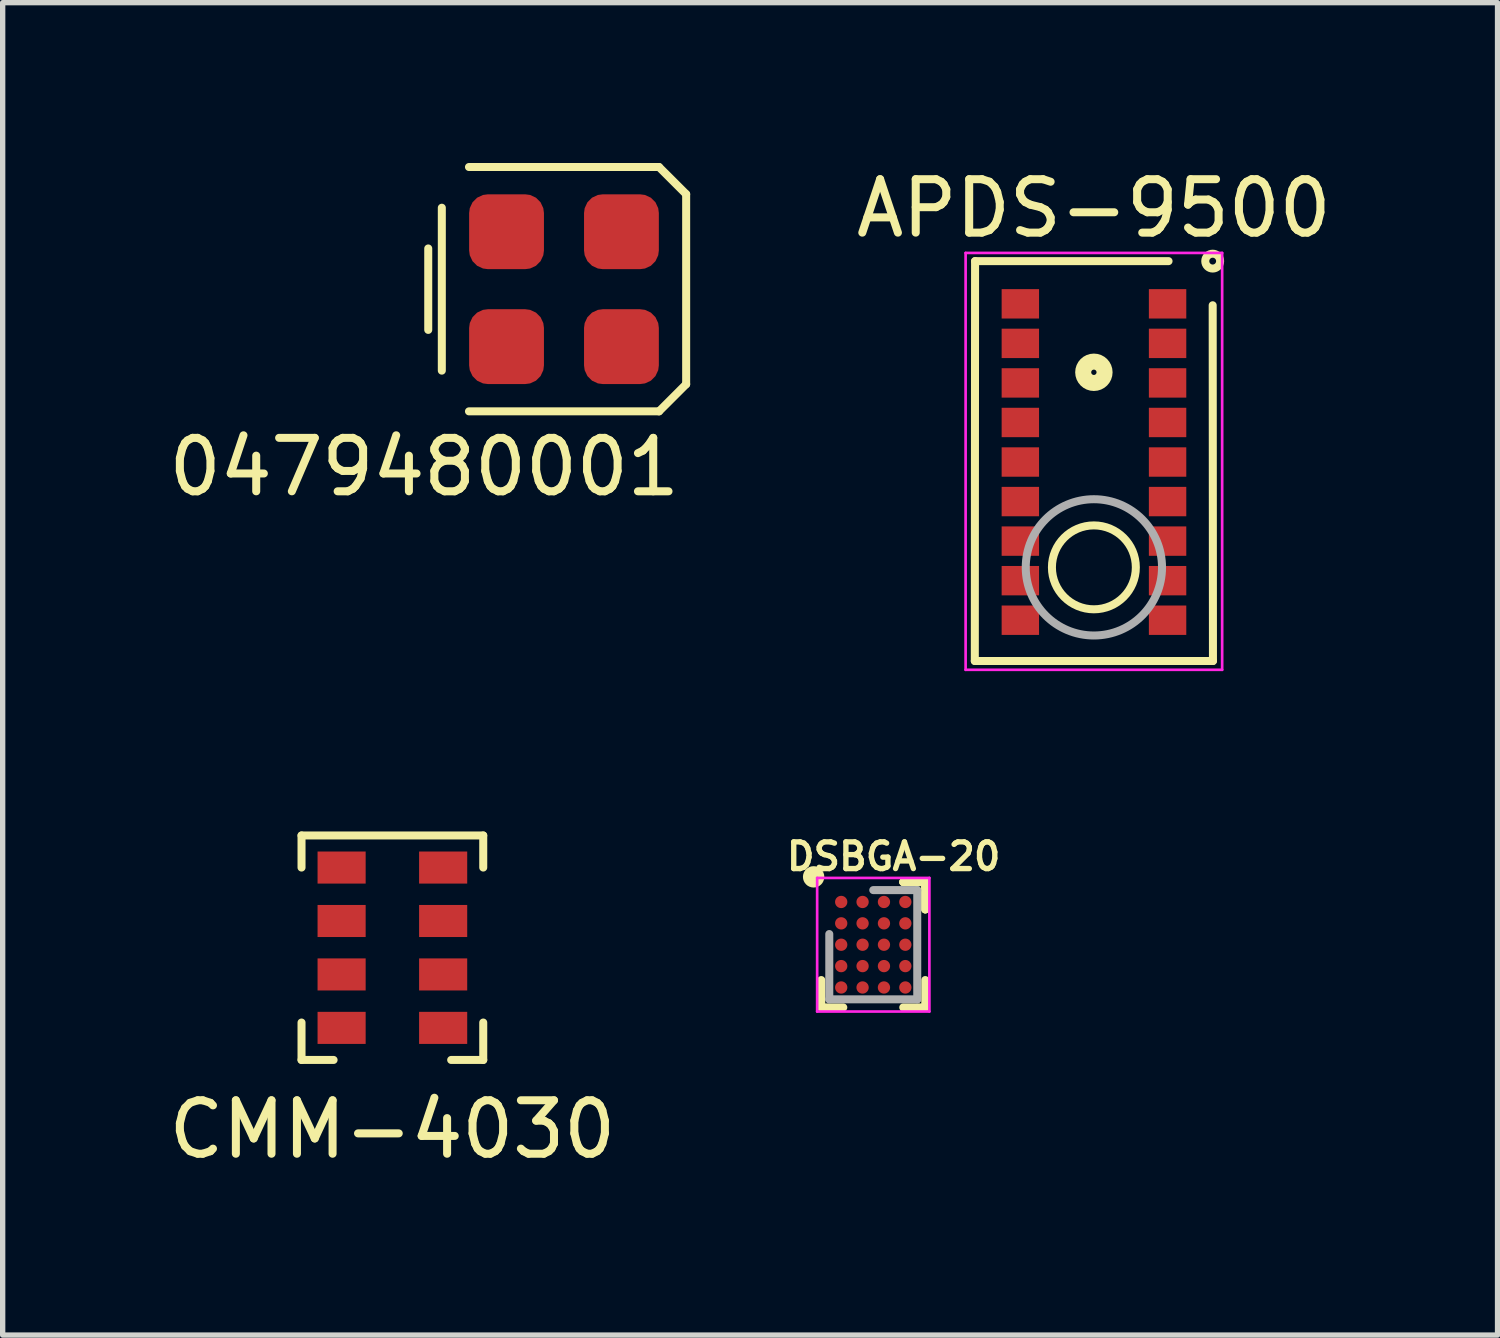
<source format=kicad_pcb>
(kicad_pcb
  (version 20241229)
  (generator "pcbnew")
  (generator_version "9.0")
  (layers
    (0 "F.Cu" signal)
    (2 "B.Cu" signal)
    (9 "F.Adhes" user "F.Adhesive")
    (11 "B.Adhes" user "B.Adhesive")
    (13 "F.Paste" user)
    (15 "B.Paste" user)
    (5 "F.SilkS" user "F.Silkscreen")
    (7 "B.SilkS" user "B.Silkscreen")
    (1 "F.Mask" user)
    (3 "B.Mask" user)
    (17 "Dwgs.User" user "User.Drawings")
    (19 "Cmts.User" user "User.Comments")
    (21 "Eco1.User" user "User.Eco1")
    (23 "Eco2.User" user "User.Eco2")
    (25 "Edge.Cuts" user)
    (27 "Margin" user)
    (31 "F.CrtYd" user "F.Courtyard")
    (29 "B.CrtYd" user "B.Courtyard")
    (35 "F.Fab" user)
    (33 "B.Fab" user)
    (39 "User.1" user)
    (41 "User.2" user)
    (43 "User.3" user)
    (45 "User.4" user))
  (footprint "CMM-4030"
    (layer "F.Cu")
    (at 4.292 16.183)
    (property "Reference" "CMM-4030" (at 0 1.9 0) (layer "F.SilkS") (effects (font (size 1 1) (thickness 0.15))))
    (attr through_hole)
    (fp_line (start -1.7 -3.6) (end -1.7 -3) (stroke (width 0.15) (type solid)) (layer "F.SilkS"))
    (fp_line (start -1.7 0.6) (end -1.7 -0.1) (stroke (width 0.15) (type solid)) (layer "F.SilkS"))
    (fp_line (start -1.7 0.6) (end -1.1 0.6) (stroke (width 0.15) (type solid)) (layer "F.SilkS"))
    (fp_line (start 1.1 0.6) (end 1.7 0.6) (stroke (width 0.15) (type solid)) (layer "F.SilkS"))
    (fp_line (start 1.7 -3.6) (end -1.7 -3.6) (stroke (width 0.15) (type solid)) (layer "F.SilkS"))
    (fp_line (start 1.7 -3) (end 1.7 -3.6) (stroke (width 0.15) (type solid)) (layer "F.SilkS"))
    (fp_line (start 1.7 0.6) (end 1.7 -0.1) (stroke (width 0.15) (type solid)) (layer "F.SilkS"))
    (pad "1" connect rect (at 0.95 0) (size 0.9 0.6) (layers "F.Cu" "F.Mask"))
    (pad "2" connect rect (at 0.95 -1) (size 0.9 0.6) (layers "F.Cu" "F.Mask"))
    (pad "3" connect rect (at 0.95 -2) (size 0.9 0.6) (layers "F.Cu" "F.Mask"))
    (pad "4" connect rect (at 0.95 -3) (size 0.9 0.6) (layers "F.Cu" "F.Mask"))
    (pad "5" connect rect (at -0.95 -3) (size 0.9 0.6) (layers "F.Cu" "F.Mask"))
    (pad "6" connect rect (at -0.95 -2) (size 0.9 0.6) (layers "F.Cu" "F.Mask"))
    (pad "7" connect rect (at -0.95 -1) (size 0.9 0.6) (layers "F.Cu" "F.Mask"))
    (pad "8" connect rect (at -0.95 0) (size 0.9 0.6) (layers "F.Cu" "F.Mask")))
  (footprint "0479480001"
    (layer "F.Cu")
    (at 7.503 2.361)
    (property "Reference" "0479480001" (at -2.616 3.327 0) (layer "F.SilkS") (effects (font (size 1 1) (thickness 0.15))))
    (attr through_hole)
    (fp_line (start -2.54 -0.762) (end -2.54 0.762) (stroke (width 0.15) (type solid)) (layer "F.SilkS"))
    (fp_line (start -2.286 -1.524) (end -2.286 1.524) (stroke (width 0.15) (type solid)) (layer "F.SilkS"))
    (fp_line (start -1.778 -2.286) (end 1.778 -2.286) (stroke (width 0.15) (type solid)) (layer "F.SilkS"))
    (fp_line (start -1.778 2.286) (end 1.778 2.286) (stroke (width 0.15) (type solid)) (layer "F.SilkS"))
    (fp_line (start 1.778 2.286) (end 2.286 1.778) (stroke (width 0.15) (type solid)) (layer "F.SilkS"))
    (fp_line (start 2.286 -1.778) (end 1.778 -2.286) (stroke (width 0.15) (type solid)) (layer "F.SilkS"))
    (fp_line (start 2.286 -1.778) (end 2.286 1.778) (stroke (width 0.15) (type solid)) (layer "F.SilkS"))
    (pad "1" smd roundrect (at 1.075 1.075) (size 1.4 1.4) (layers "F.Cu" "F.Mask" "F.Paste") (roundrect_rratio 0.25))
    (pad "2" smd roundrect (at -1.075 -1.075) (size 1.4 1.4) (layers "F.Cu" "F.Mask" "F.Paste") (roundrect_rratio 0.25))
    (pad "2" smd roundrect (at -1.075 1.075) (size 1.4 1.4) (layers "F.Cu" "F.Mask" "F.Paste") (roundrect_rratio 0.25))
    (pad "2" smd roundrect (at 1.075 -1.075) (size 1.4 1.4) (layers "F.Cu" "F.Mask" "F.Paste") (roundrect_rratio 0.25)))
  (footprint "APDS-9500"
    (layer "F.Cu")
    (at 17.418 5.583)
    (property "Reference" "APDS-9500" (at 0 -4.735 0) (layer "F.SilkS") (effects (font (size 1 1) (thickness 0.15))))
    (attr smd)
    (fp_line (start -2.228 3.735) (end -2.223 -3.747) (stroke (width 0.15) (type solid)) (layer "F.SilkS"))
    (fp_line (start -2.223 -3.747) (end 1.397 -3.747) (stroke (width 0.15) (type solid)) (layer "F.SilkS"))
    (fp_line (start 2.223 -2.921) (end 2.228 3.735) (stroke (width 0.15) (type solid)) (layer "F.SilkS"))
    (fp_line (start 2.228 3.735) (end -2.228 3.735) (stroke (width 0.15) (type solid)) (layer "F.SilkS"))
    (fp_circle (center 0 -1.667) (end 0.2 -1.667) (stroke (width 0.3) (type solid)) (fill no) (layer "F.SilkS"))
    (fp_circle (center 0 1.983) (end 0.785 1.983) (stroke (width 0.15) (type solid)) (fill no) (layer "F.SilkS"))
    (fp_circle (center 2.223 -3.747) (end 2.223 -3.683) (stroke (width 0.15) (type solid)) (fill no) (layer "F.SilkS"))
    (fp_line (start -2.4 -3.9) (end 2.4 -3.9) (stroke (width 0.05) (type solid)) (layer "F.CrtYd"))
    (fp_line (start -2.4 3.9) (end -2.4 -3.9) (stroke (width 0.05) (type solid)) (layer "F.CrtYd"))
    (fp_line (start 2.4 -3.9) (end 2.4 3.9) (stroke (width 0.05) (type solid)) (layer "F.CrtYd"))
    (fp_line (start 2.4 3.9) (end -2.4 3.9) (stroke (width 0.05) (type solid)) (layer "F.CrtYd"))
    (fp_circle (center 0 1.983) (end 1.275 1.983) (stroke (width 0.15) (type solid)) (fill no) (layer "F.Fab"))
    (pad "1" smd rect (at 1.379 -2.948 90) (size 0.55 0.7) (layers "F.Cu" "F.Mask" "F.Paste"))
    (pad "2" smd rect (at 1.379 -2.208 90) (size 0.55 0.7) (layers "F.Cu" "F.Mask" "F.Paste"))
    (pad "3" smd rect (at 1.379 -1.468 90) (size 0.55 0.7) (layers "F.Cu" "F.Mask" "F.Paste"))
    (pad "4" smd rect (at 1.379 -0.728 90) (size 0.55 0.7) (layers "F.Cu" "F.Mask" "F.Paste"))
    (pad "5" smd rect (at 1.379 0.012 90) (size 0.55 0.7) (layers "F.Cu" "F.Mask" "F.Paste"))
    (pad "6" smd rect (at 1.379 0.752 90) (size 0.55 0.7) (layers "F.Cu" "F.Mask" "F.Paste"))
    (pad "7" smd rect (at 1.379 1.492 90) (size 0.55 0.7) (layers "F.Cu" "F.Mask" "F.Paste"))
    (pad "8" smd rect (at 1.379 2.232 90) (size 0.55 0.7) (layers "F.Cu" "F.Mask" "F.Paste"))
    (pad "9" smd rect (at 1.379 2.972 90) (size 0.55 0.7) (layers "F.Cu" "F.Mask" "F.Paste"))
    (pad "10" smd rect (at -1.376 2.972 90) (size 0.55 0.7) (layers "F.Cu" "F.Mask" "F.Paste"))
    (pad "11" smd rect (at -1.376 2.232 90) (size 0.55 0.7) (layers "F.Cu" "F.Mask" "F.Paste"))
    (pad "12" smd rect (at -1.376 1.492 90) (size 0.55 0.7) (layers "F.Cu" "F.Mask" "F.Paste"))
    (pad "13" smd rect (at -1.376 0.752 90) (size 0.55 0.7) (layers "F.Cu" "F.Mask" "F.Paste"))
    (pad "14" smd rect (at -1.376 0.012 90) (size 0.55 0.7) (layers "F.Cu" "F.Mask" "F.Paste"))
    (pad "15" smd rect (at -1.376 -0.728 90) (size 0.55 0.7) (layers "F.Cu" "F.Mask" "F.Paste"))
    (pad "16" smd rect (at -1.376 -1.468 90) (size 0.55 0.7) (layers "F.Cu" "F.Mask" "F.Paste"))
    (pad "17" smd rect (at -1.376 -2.208 90) (size 0.55 0.7) (layers "F.Cu" "F.Mask" "F.Paste"))
    (pad "18" smd rect (at -1.376 -2.948 90) (size 0.55 0.7) (layers "F.Cu" "F.Mask" "F.Paste")))
  (footprint "DSBGA-20"
    (layer "F.Cu")
    (at 13.29 14.627)
    (property "Reference" "DSBGA-20" (at 0.381 -1.651 0) (layer "F.SilkS") (effects (font (size 0.5 0.5) (thickness 0.1))))
    (attr smd)
    (fp_line (start -0.973 1.173) (end -0.973 0.661) (stroke (width 0.15) (type solid)) (layer "F.SilkS"))
    (fp_line (start -0.561 1.173) (end -0.973 1.173) (stroke (width 0.15) (type solid)) (layer "F.SilkS"))
    (fp_line (start 0.561 -1.173) (end 0.973 -1.173) (stroke (width 0.15) (type solid)) (layer "F.SilkS"))
    (fp_line (start 0.561 -1.173) (end 0.973 -1.173) (stroke (width 0.15) (type solid)) (layer "F.SilkS"))
    (fp_line (start 0.561 -1.173) (end 0.973 -1.173) (stroke (width 0.15) (type solid)) (layer "F.SilkS"))
    (fp_line (start 0.561 1.173) (end 0.973 1.173) (stroke (width 0.15) (type solid)) (layer "F.SilkS"))
    (fp_line (start 0.973 -1.173) (end 0.973 -0.661) (stroke (width 0.15) (type solid)) (layer "F.SilkS"))
    (fp_line (start 0.973 -1.173) (end 0.973 -0.661) (stroke (width 0.15) (type solid)) (layer "F.SilkS"))
    (fp_line (start 0.973 -1.173) (end 0.973 -0.661) (stroke (width 0.15) (type solid)) (layer "F.SilkS"))
    (fp_line (start 0.973 1.173) (end 0.973 0.661) (stroke (width 0.15) (type solid)) (layer "F.SilkS"))
    (fp_circle (center -1.116 -1.27) (end -1.116 -1.17) (stroke (width 0.2) (type solid)) (fill no) (layer "F.SilkS"))
    (fp_line (start -1.05 -1.25) (end 1.05 -1.25) (stroke (width 0.05) (type solid)) (layer "F.CrtYd"))
    (fp_line (start -1.05 1.25) (end -1.05 -1.25) (stroke (width 0.05) (type solid)) (layer "F.CrtYd"))
    (fp_line (start 1.05 -1.25) (end 1.05 1.25) (stroke (width 0.05) (type solid)) (layer "F.CrtYd"))
    (fp_line (start 1.05 1.25) (end -1.05 1.25) (stroke (width 0.05) (type solid)) (layer "F.CrtYd"))
    (fp_line (start -0.823 -0.2) (end -0.823 1.022) (stroke (width 0.15) (type solid)) (layer "F.Fab"))
    (fp_line (start -0.823 1.022) (end 0.823 1.022) (stroke (width 0.15) (type solid)) (layer "F.Fab"))
    (fp_line (start 0.823 -1.022) (end 0 -1.022) (stroke (width 0.15) (type solid)) (layer "F.Fab"))
    (fp_line (start 0.823 1.022) (end 0.823 -1.022) (stroke (width 0.15) (type solid)) (layer "F.Fab"))
    (pad "A1" smd circle (at -0.6 -0.8) (size 0.23 0.23) (layers "F.Cu" "F.Mask" "F.Paste"))
    (pad "A2" smd circle (at -0.2 -0.8) (size 0.23 0.23) (layers "F.Cu" "F.Mask" "F.Paste"))
    (pad "A3" smd circle (at 0.2 -0.8) (size 0.23 0.23) (layers "F.Cu" "F.Mask" "F.Paste"))
    (pad "A4" smd circle (at 0.6 -0.8) (size 0.23 0.23) (layers "F.Cu" "F.Mask" "F.Paste"))
    (pad "B1" smd circle (at -0.6 -0.4) (size 0.23 0.23) (layers "F.Cu" "F.Mask" "F.Paste"))
    (pad "B2" smd circle (at -0.2 -0.4) (size 0.23 0.23) (layers "F.Cu" "F.Mask" "F.Paste"))
    (pad "B3" smd circle (at 0.2 -0.4) (size 0.23 0.23) (layers "F.Cu" "F.Mask" "F.Paste"))
    (pad "B4" smd circle (at 0.6 -0.4) (size 0.23 0.23) (layers "F.Cu" "F.Mask" "F.Paste"))
    (pad "C1" smd circle (at -0.6 0) (size 0.23 0.23) (layers "F.Cu" "F.Mask" "F.Paste"))
    (pad "C2" smd circle (at -0.2 0) (size 0.23 0.23) (layers "F.Cu" "F.Mask" "F.Paste"))
    (pad "C3" smd circle (at 0.2 0) (size 0.23 0.23) (layers "F.Cu" "F.Mask" "F.Paste"))
    (pad "C4" smd circle (at 0.6 0) (size 0.23 0.23) (layers "F.Cu" "F.Mask" "F.Paste"))
    (pad "D1" smd circle (at -0.6 0.4) (size 0.23 0.23) (layers "F.Cu" "F.Mask" "F.Paste"))
    (pad "D2" smd circle (at -0.2 0.4) (size 0.23 0.23) (layers "F.Cu" "F.Mask" "F.Paste"))
    (pad "D3" smd circle (at 0.2 0.4) (size 0.23 0.23) (layers "F.Cu" "F.Mask" "F.Paste"))
    (pad "D4" smd circle (at 0.6 0.4) (size 0.23 0.23) (layers "F.Cu" "F.Mask" "F.Paste"))
    (pad "E1" smd circle (at -0.6 0.8) (size 0.23 0.23) (layers "F.Cu" "F.Mask" "F.Paste"))
    (pad "E2" smd circle (at -0.2 0.8) (size 0.23 0.23) (layers "F.Cu" "F.Mask" "F.Paste"))
    (pad "E3" smd circle (at 0.2 0.8) (size 0.23 0.23) (layers "F.Cu" "F.Mask" "F.Paste"))
    (pad "E4" smd circle (at 0.6 0.8) (size 0.23 0.23) (layers "F.Cu" "F.Mask" "F.Paste")))
  (gr_rect
    (start -3 -3)
    (end 24.971 21.931)
    (stroke (width 0.1) (type default))
    (fill no)
    (layer "Edge.Cuts")))
</source>
